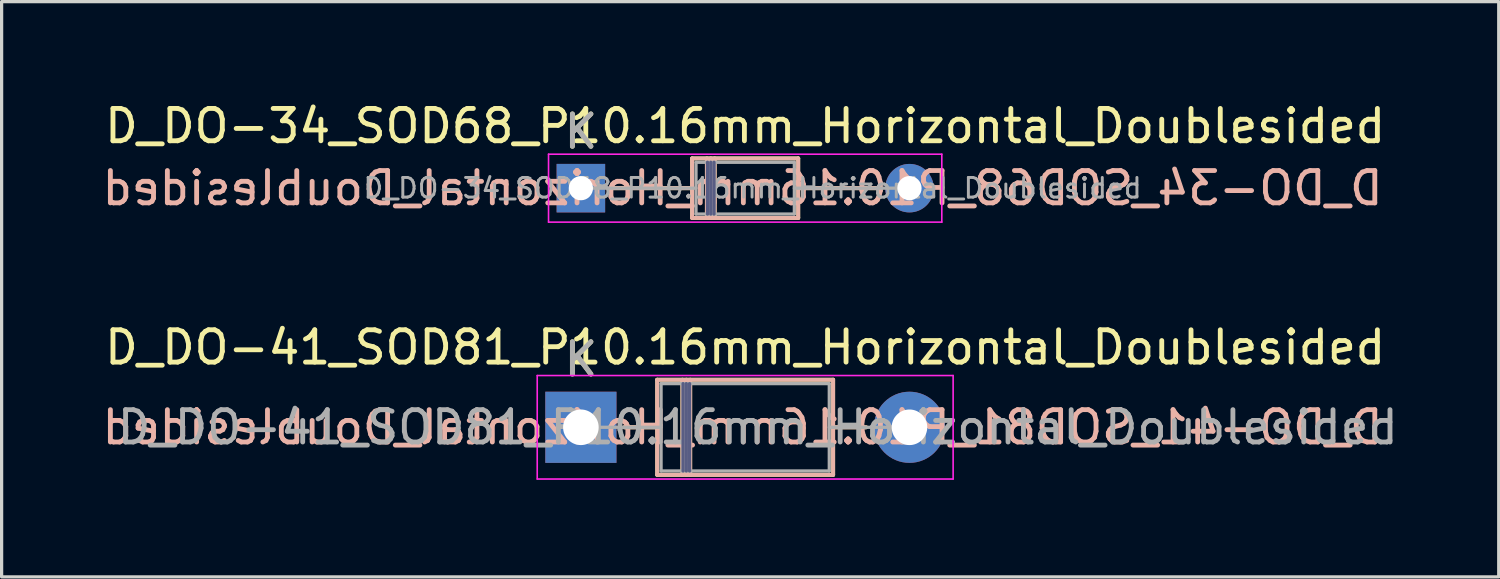
<source format=kicad_pcb>
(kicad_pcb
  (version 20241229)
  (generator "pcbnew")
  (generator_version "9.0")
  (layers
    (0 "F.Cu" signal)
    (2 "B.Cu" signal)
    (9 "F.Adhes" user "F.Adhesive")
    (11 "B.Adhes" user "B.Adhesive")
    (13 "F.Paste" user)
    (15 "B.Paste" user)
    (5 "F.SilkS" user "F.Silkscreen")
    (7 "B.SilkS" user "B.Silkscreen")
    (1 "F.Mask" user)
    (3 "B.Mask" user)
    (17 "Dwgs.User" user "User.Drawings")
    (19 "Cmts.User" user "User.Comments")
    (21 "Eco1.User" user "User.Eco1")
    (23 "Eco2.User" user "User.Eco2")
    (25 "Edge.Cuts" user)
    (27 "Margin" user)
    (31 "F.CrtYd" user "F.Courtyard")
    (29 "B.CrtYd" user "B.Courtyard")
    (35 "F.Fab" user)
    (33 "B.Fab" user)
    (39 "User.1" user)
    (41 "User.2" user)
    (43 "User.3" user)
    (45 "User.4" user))
  (footprint "D_DO-34_SOD68_P10.16mm_Horizontal_Doublesided"
    (layer "F.Cu")
    (at 14.911 2.768)
    (property "Reference" "D_DO-34_SOD68_P10.16mm_Horizontal_Doublesided" (at 5.08 -1.92 0) (layer "F.SilkS") (effects (font (size 1 1) (thickness 0.15))))
    (attr through_hole)
    (fp_line (start 0.99 0) (end 3.44 0) (stroke (width 0.12) (type solid)) (layer "F.SilkS"))
    (fp_line (start 3.44 -0.92) (end 3.44 0.92) (stroke (width 0.12) (type solid)) (layer "F.SilkS"))
    (fp_line (start 3.44 0.92) (end 6.72 0.92) (stroke (width 0.12) (type solid)) (layer "F.SilkS"))
    (fp_line (start 3.896 -0.92) (end 3.896 0.92) (stroke (width 0.12) (type solid)) (layer "F.SilkS"))
    (fp_line (start 4.016 -0.92) (end 4.016 0.92) (stroke (width 0.12) (type solid)) (layer "F.SilkS"))
    (fp_line (start 4.136 -0.92) (end 4.136 0.92) (stroke (width 0.12) (type solid)) (layer "F.SilkS"))
    (fp_line (start 6.72 -0.92) (end 3.44 -0.92) (stroke (width 0.12) (type solid)) (layer "F.SilkS"))
    (fp_line (start 6.72 0.92) (end 6.72 -0.92) (stroke (width 0.12) (type solid)) (layer "F.SilkS"))
    (fp_line (start 9.17 0) (end 6.72 0) (stroke (width 0.12) (type solid)) (layer "F.SilkS"))
    (fp_line (start 0.99 0) (end 3.44 0) (stroke (width 0.12) (type solid)) (layer "B.SilkS"))
    (fp_line (start 3.44 -0.92) (end 6.72 -0.92) (stroke (width 0.12) (type solid)) (layer "B.SilkS"))
    (fp_line (start 3.44 0.92) (end 3.44 -0.92) (stroke (width 0.12) (type solid)) (layer "B.SilkS"))
    (fp_line (start 3.896 0.92) (end 3.896 -0.92) (stroke (width 0.12) (type solid)) (layer "B.SilkS"))
    (fp_line (start 4.016 0.92) (end 4.016 -0.92) (stroke (width 0.12) (type solid)) (layer "B.SilkS"))
    (fp_line (start 4.136 0.92) (end 4.136 -0.92) (stroke (width 0.12) (type solid)) (layer "B.SilkS"))
    (fp_line (start 6.72 -0.92) (end 6.72 0.92) (stroke (width 0.12) (type solid)) (layer "B.SilkS"))
    (fp_line (start 6.72 0.92) (end 3.44 0.92) (stroke (width 0.12) (type solid)) (layer "B.SilkS"))
    (fp_line (start 9.17 0) (end 6.72 0) (stroke (width 0.12) (type solid)) (layer "B.SilkS"))
    (fp_line (start -1 -1.05) (end -1 1.05) (stroke (width 0.05) (type solid)) (layer "F.CrtYd"))
    (fp_line (start -1 1.05) (end 11.16 1.05) (stroke (width 0.05) (type solid)) (layer "F.CrtYd"))
    (fp_line (start 11.16 -1.05) (end -1 -1.05) (stroke (width 0.05) (type solid)) (layer "F.CrtYd"))
    (fp_line (start 11.16 1.05) (end 11.16 -1.05) (stroke (width 0.05) (type solid)) (layer "F.CrtYd"))
    (fp_line (start 3.916 0.8) (end 3.916 -0.8) (stroke (width 0.1) (type solid)) (layer "B.Fab"))
    (fp_line (start 4.016 0.8) (end 4.016 -0.8) (stroke (width 0.1) (type solid)) (layer "B.Fab"))
    (fp_line (start 4.116 0.8) (end 4.116 -0.8) (stroke (width 0.1) (type solid)) (layer "B.Fab"))
    (fp_line (start 0 0) (end 3.56 0) (stroke (width 0.1) (type solid)) (layer "F.Fab"))
    (fp_line (start 3.56 -0.8) (end 3.56 0.8) (stroke (width 0.1) (type solid)) (layer "F.Fab"))
    (fp_line (start 3.56 0.8) (end 6.6 0.8) (stroke (width 0.1) (type solid)) (layer "F.Fab"))
    (fp_line (start 3.916 -0.8) (end 3.916 0.8) (stroke (width 0.1) (type solid)) (layer "F.Fab"))
    (fp_line (start 4.016 -0.8) (end 4.016 0.8) (stroke (width 0.1) (type solid)) (layer "F.Fab"))
    (fp_line (start 4.116 -0.8) (end 4.116 0.8) (stroke (width 0.1) (type solid)) (layer "F.Fab"))
    (fp_line (start 6.6 -0.8) (end 3.56 -0.8) (stroke (width 0.1) (type solid)) (layer "F.Fab"))
    (fp_line (start 6.6 0.8) (end 6.6 -0.8) (stroke (width 0.1) (type solid)) (layer "F.Fab"))
    (fp_line (start 10.16 0) (end 6.6 0) (stroke (width 0.1) (type solid)) (layer "F.Fab"))
    (fp_text user "K" (at 0 -1.75 0) (layer "F.SilkS") (effects (font (size 1 1) (thickness 0.15))))
    (fp_text user "${REFERENCE}" (at 5 0 0) (unlocked yes) (layer "B.SilkS") (effects (font (size 1 1) (thickness 0.15)) (justify mirror)))
    (fp_text user "K" (at 0 -1.75 0) (layer "F.Fab") (effects (font (size 1 1) (thickness 0.15))))
    (fp_text user "${REFERENCE}" (at 5.308 0 0) (layer "F.Fab") (effects (font (size 0.608 0.608) (thickness 0.091))))
    (pad "1" thru_hole rect (at 0 0) (size 1.5 1.5) (drill 0.75) (layers "*.Cu" "*.Mask"))
    (pad "2" thru_hole oval (at 10.16 0) (size 1.5 1.5) (drill 0.75) (layers "*.Cu" "*.Mask")))
  (footprint "D_DO-41_SOD81_P10.16mm_Horizontal_Doublesided"
    (layer "F.Cu")
    (at 14.911 10.162)
    (property "Reference" "D_DO-41_SOD81_P10.16mm_Horizontal_Doublesided" (at 5.08 -2.47 0) (layer "F.SilkS") (effects (font (size 1 1) (thickness 0.15))))
    (attr through_hole)
    (fp_line (start 1.34 0) (end 2.36 0) (stroke (width 0.12) (type solid)) (layer "F.SilkS"))
    (fp_line (start 2.36 -1.47) (end 2.36 1.47) (stroke (width 0.12) (type solid)) (layer "F.SilkS"))
    (fp_line (start 2.36 1.47) (end 7.8 1.47) (stroke (width 0.12) (type solid)) (layer "F.SilkS"))
    (fp_line (start 3.14 -1.47) (end 3.14 1.47) (stroke (width 0.12) (type solid)) (layer "F.SilkS"))
    (fp_line (start 3.26 -1.47) (end 3.26 1.47) (stroke (width 0.12) (type solid)) (layer "F.SilkS"))
    (fp_line (start 3.38 -1.47) (end 3.38 1.47) (stroke (width 0.12) (type solid)) (layer "F.SilkS"))
    (fp_line (start 7.8 -1.47) (end 2.36 -1.47) (stroke (width 0.12) (type solid)) (layer "F.SilkS"))
    (fp_line (start 7.8 1.47) (end 7.8 -1.47) (stroke (width 0.12) (type solid)) (layer "F.SilkS"))
    (fp_line (start 8.82 0) (end 7.8 0) (stroke (width 0.12) (type solid)) (layer "F.SilkS"))
    (fp_line (start 1.34 0) (end 2.36 0) (stroke (width 0.12) (type solid)) (layer "B.SilkS"))
    (fp_line (start 2.36 -1.47) (end 7.8 -1.47) (stroke (width 0.12) (type solid)) (layer "B.SilkS"))
    (fp_line (start 2.36 1.47) (end 2.36 -1.47) (stroke (width 0.12) (type solid)) (layer "B.SilkS"))
    (fp_line (start 3.14 1.47) (end 3.14 -1.47) (stroke (width 0.12) (type solid)) (layer "B.SilkS"))
    (fp_line (start 3.26 1.47) (end 3.26 -1.47) (stroke (width 0.12) (type solid)) (layer "B.SilkS"))
    (fp_line (start 3.38 1.47) (end 3.38 -1.47) (stroke (width 0.12) (type solid)) (layer "B.SilkS"))
    (fp_line (start 7.8 -1.47) (end 7.8 1.47) (stroke (width 0.12) (type solid)) (layer "B.SilkS"))
    (fp_line (start 7.8 1.47) (end 2.36 1.47) (stroke (width 0.12) (type solid)) (layer "B.SilkS"))
    (fp_line (start 8.82 0) (end 7.8 0) (stroke (width 0.12) (type solid)) (layer "B.SilkS"))
    (fp_line (start -1.35 -1.6) (end -1.35 1.6) (stroke (width 0.05) (type solid)) (layer "F.CrtYd"))
    (fp_line (start -1.35 1.6) (end 11.51 1.6) (stroke (width 0.05) (type solid)) (layer "F.CrtYd"))
    (fp_line (start 11.51 -1.6) (end -1.35 -1.6) (stroke (width 0.05) (type solid)) (layer "F.CrtYd"))
    (fp_line (start 11.51 1.6) (end 11.51 -1.6) (stroke (width 0.05) (type solid)) (layer "F.CrtYd"))
    (fp_line (start 3.16 1.35) (end 3.16 -1.35) (stroke (width 0.1) (type solid)) (layer "B.Fab"))
    (fp_line (start 3.26 1.35) (end 3.26 -1.35) (stroke (width 0.1) (type solid)) (layer "B.Fab"))
    (fp_line (start 3.36 1.35) (end 3.36 -1.35) (stroke (width 0.1) (type solid)) (layer "B.Fab"))
    (fp_line (start 0 0) (end 2.48 0) (stroke (width 0.1) (type solid)) (layer "F.Fab"))
    (fp_line (start 2.48 -1.35) (end 2.48 1.35) (stroke (width 0.1) (type solid)) (layer "F.Fab"))
    (fp_line (start 2.48 1.35) (end 7.68 1.35) (stroke (width 0.1) (type solid)) (layer "F.Fab"))
    (fp_line (start 3.16 -1.35) (end 3.16 1.35) (stroke (width 0.1) (type solid)) (layer "F.Fab"))
    (fp_line (start 3.26 -1.35) (end 3.26 1.35) (stroke (width 0.1) (type solid)) (layer "F.Fab"))
    (fp_line (start 3.36 -1.35) (end 3.36 1.35) (stroke (width 0.1) (type solid)) (layer "F.Fab"))
    (fp_line (start 7.68 -1.35) (end 2.48 -1.35) (stroke (width 0.1) (type solid)) (layer "F.Fab"))
    (fp_line (start 7.68 1.35) (end 7.68 -1.35) (stroke (width 0.1) (type solid)) (layer "F.Fab"))
    (fp_line (start 10.16 0) (end 7.68 0) (stroke (width 0.1) (type solid)) (layer "F.Fab"))
    (fp_text user "K" (at 0 -2.1 0) (layer "F.SilkS") (effects (font (size 1 1) (thickness 0.15))))
    (fp_text user "${REFERENCE}" (at 5 0 0) (unlocked yes) (layer "B.SilkS") (effects (font (size 1 1) (thickness 0.15)) (justify mirror)))
    (fp_text user "${REFERENCE}" (at 5.47 0 0) (layer "F.Fab") (effects (font (size 1 1) (thickness 0.15))))
    (fp_text user "K" (at 0 -2.1 0) (layer "F.Fab") (effects (font (size 1 1) (thickness 0.15))))
    (pad "1" thru_hole rect (at 0 0) (size 2.2 2.2) (drill 1.1) (layers "*.Cu" "*.Mask"))
    (pad "2" thru_hole oval (at 10.16 0) (size 2.2 2.2) (drill 1.1) (layers "*.Cu" "*.Mask")))
  (gr_rect
    (start -3 -3)
    (end 43.291 14.787)
    (stroke (width 0.1) (type default))
    (fill no)
    (layer "Edge.Cuts")))
</source>
